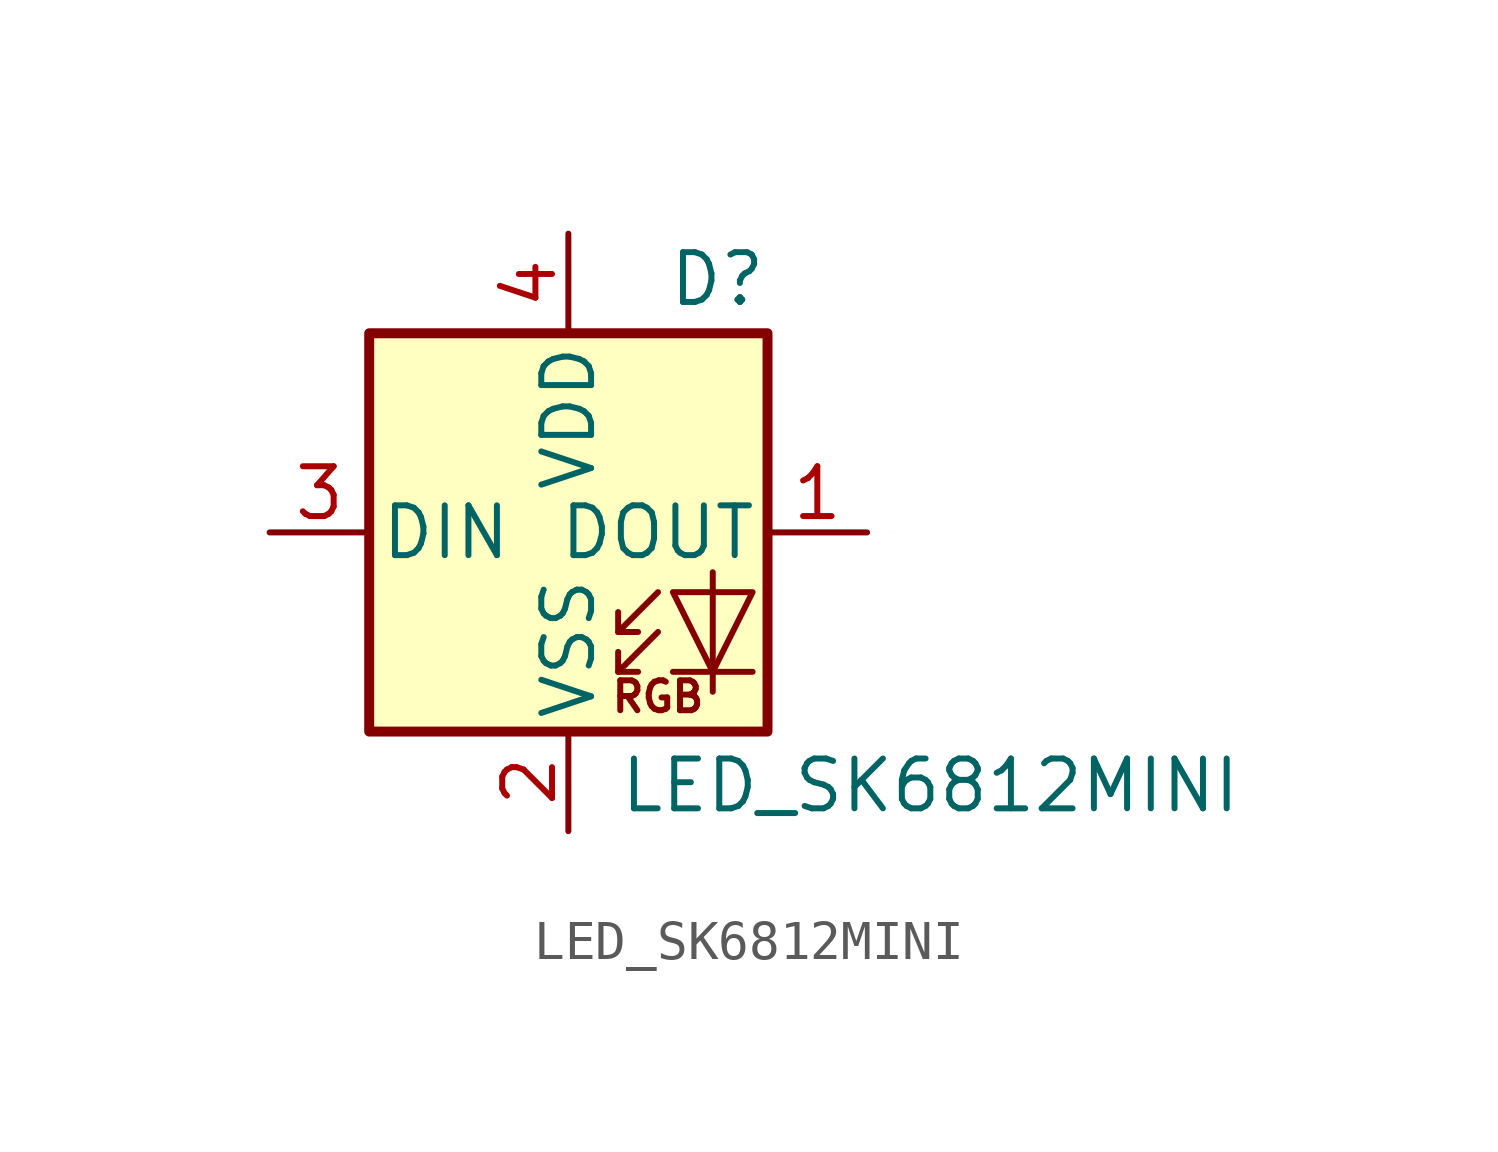
<source format=kicad_sym>
(kicad_symbol_lib
  (version 20220914)
  (generator kicad_symbol_editor)
  (symbol "LED_SK6812MINI"
    (pin_names
      (offset 0.254))
    (property "Reference" "D"
      (at 5.08 5.715 0)
      (effects (font (size 1.27 1.27)) (justify right bottom)))
    (property "Value" "LED_SK6812MINI"
      (at 1.27 -5.715 0)
      (effects (font (size 1.27 1.27)) (justify left top)))
    (symbol "LED_SK6812MINI_0_0"
      (text "RGB" (at 2.286 -4.191 0) (effects (font (size 0.762 0.762)))))
    (symbol "LED_SK6812MINI_0_1"
      (polyline (pts (xy 1.27 -3.556) (xy 1.778 -3.556)) (stroke (width 0) (type default)) (fill (type none)))
      (polyline (pts (xy 1.27 -2.54) (xy 1.778 -2.54)) (stroke (width 0) (type default)) (fill (type none)))
      (polyline (pts (xy 4.699 -3.556) (xy 2.667 -3.556)) (stroke (width 0) (type default)) (fill (type none)))
      (polyline (pts (xy 2.286 -2.54) (xy 1.27 -3.556) (xy 1.27 -3.048)) (stroke (width 0) (type default)) (fill (type none)))
      (polyline (pts (xy 2.286 -1.524) (xy 1.27 -2.54) (xy 1.27 -2.032)) (stroke (width 0) (type default)) (fill (type none)))
      (polyline (pts (xy 3.683 -1.016) (xy 3.683 -3.556) (xy 3.683 -4.064)) (stroke (width 0) (type default)) (fill (type none)))
      (polyline (pts (xy 4.699 -1.524) (xy 2.667 -1.524) (xy 3.683 -3.556) (xy 4.699 -1.524)) (stroke (width 0) (type default)) (fill (type none)))
      (rectangle (start 5.08 5.08) (end -5.08 -5.08) (stroke (width 0.254) (type default)) (fill (type background))))
    (symbol "LED_SK6812MINI_1_1"
      (pin output line (at 7.62 0 180) (length 2.54) (name "DOUT" (effects (font (size 1.27 1.27)))) (number "1" (effects (font (size 1.27 1.27)))))
      (pin power_in line (at 0 -7.62 90) (length 2.54) (name "VSS" (effects (font (size 1.27 1.27)))) (number "2" (effects (font (size 1.27 1.27)))))
      (pin input line (at -7.62 0 0) (length 2.54) (name "DIN" (effects (font (size 1.27 1.27)))) (number "3" (effects (font (size 1.27 1.27)))))
      (pin power_in line (at 0 7.62 270) (length 2.54) (name "VDD" (effects (font (size 1.27 1.27)))) (number "4" (effects (font (size 1.27 1.27))))))))
</source>
